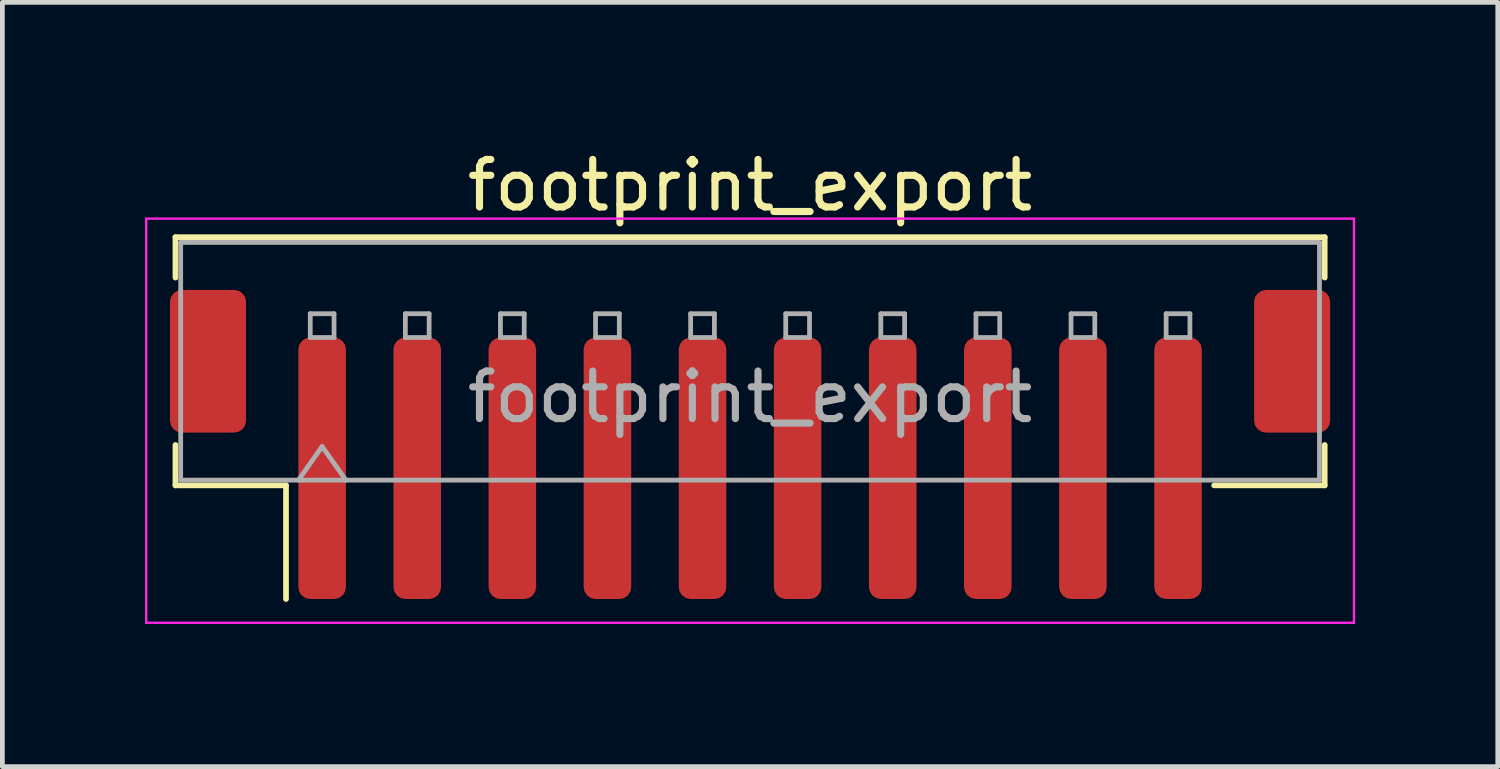
<source format=kicad_pcb>
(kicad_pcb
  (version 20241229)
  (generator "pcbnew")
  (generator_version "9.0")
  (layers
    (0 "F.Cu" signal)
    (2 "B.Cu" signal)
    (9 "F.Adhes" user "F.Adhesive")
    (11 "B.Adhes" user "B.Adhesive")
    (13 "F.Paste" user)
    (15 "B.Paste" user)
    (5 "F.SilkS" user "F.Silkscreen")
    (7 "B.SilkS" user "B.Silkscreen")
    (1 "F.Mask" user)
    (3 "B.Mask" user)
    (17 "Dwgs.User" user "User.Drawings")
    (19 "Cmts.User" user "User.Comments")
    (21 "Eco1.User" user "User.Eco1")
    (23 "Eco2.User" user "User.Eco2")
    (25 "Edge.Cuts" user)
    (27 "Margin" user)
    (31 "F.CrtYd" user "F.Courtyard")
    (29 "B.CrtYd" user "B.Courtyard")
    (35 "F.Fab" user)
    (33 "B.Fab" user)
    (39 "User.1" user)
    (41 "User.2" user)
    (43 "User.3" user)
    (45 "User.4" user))
  (footprint "footprint_export"
    (layer "F.Cu")
    (at 12.725 6.298)
    (property "Reference" "footprint_export" (at 0 -5.45 0) (layer "F.SilkS") (effects (font (size 1 1) (thickness 0.15))))
    (attr smd)
    (fp_line (start -12.085 -4.36) (end 12.085 -4.36) (stroke (width 0.12) (type solid)) (layer "F.SilkS"))
    (fp_line (start -12.085 -3.51) (end -12.085 -4.36) (stroke (width 0.12) (type solid)) (layer "F.SilkS"))
    (fp_line (start -12.085 0.01) (end -12.085 0.86) (stroke (width 0.12) (type solid)) (layer "F.SilkS"))
    (fp_line (start -12.085 0.86) (end -9.76 0.86) (stroke (width 0.12) (type solid)) (layer "F.SilkS"))
    (fp_line (start -9.76 0.86) (end -9.76 3.25) (stroke (width 0.12) (type solid)) (layer "F.SilkS"))
    (fp_line (start 12.085 -4.36) (end 12.085 -3.51) (stroke (width 0.12) (type solid)) (layer "F.SilkS"))
    (fp_line (start 12.085 0.01) (end 12.085 0.86) (stroke (width 0.12) (type solid)) (layer "F.SilkS"))
    (fp_line (start 12.085 0.86) (end 9.76 0.86) (stroke (width 0.12) (type solid)) (layer "F.SilkS"))
    (fp_line (start -12.7 -4.75) (end -12.7 3.75) (stroke (width 0.05) (type solid)) (layer "F.CrtYd"))
    (fp_line (start -12.7 3.75) (end 12.7 3.75) (stroke (width 0.05) (type solid)) (layer "F.CrtYd"))
    (fp_line (start 12.7 -4.75) (end -12.7 -4.75) (stroke (width 0.05) (type solid)) (layer "F.CrtYd"))
    (fp_line (start 12.7 3.75) (end 12.7 -4.75) (stroke (width 0.05) (type solid)) (layer "F.CrtYd"))
    (fp_line (start -11.975 -4.25) (end 11.975 -4.25) (stroke (width 0.1) (type solid)) (layer "F.Fab"))
    (fp_line (start -11.975 0.75) (end -11.975 -4.25) (stroke (width 0.1) (type solid)) (layer "F.Fab"))
    (fp_line (start -11.975 0.75) (end 11.975 0.75) (stroke (width 0.1) (type solid)) (layer "F.Fab"))
    (fp_line (start -9.5 0.75) (end -9 0.043) (stroke (width 0.1) (type solid)) (layer "F.Fab"))
    (fp_line (start -9.25 -2.75) (end -9.25 -2.25) (stroke (width 0.1) (type solid)) (layer "F.Fab"))
    (fp_line (start -9.25 -2.25) (end -8.75 -2.25) (stroke (width 0.1) (type solid)) (layer "F.Fab"))
    (fp_line (start -9 0.043) (end -8.5 0.75) (stroke (width 0.1) (type solid)) (layer "F.Fab"))
    (fp_line (start -8.75 -2.75) (end -9.25 -2.75) (stroke (width 0.1) (type solid)) (layer "F.Fab"))
    (fp_line (start -8.75 -2.25) (end -8.75 -2.75) (stroke (width 0.1) (type solid)) (layer "F.Fab"))
    (fp_line (start -7.25 -2.75) (end -7.25 -2.25) (stroke (width 0.1) (type solid)) (layer "F.Fab"))
    (fp_line (start -7.25 -2.25) (end -6.75 -2.25) (stroke (width 0.1) (type solid)) (layer "F.Fab"))
    (fp_line (start -6.75 -2.75) (end -7.25 -2.75) (stroke (width 0.1) (type solid)) (layer "F.Fab"))
    (fp_line (start -6.75 -2.25) (end -6.75 -2.75) (stroke (width 0.1) (type solid)) (layer "F.Fab"))
    (fp_line (start -5.25 -2.75) (end -5.25 -2.25) (stroke (width 0.1) (type solid)) (layer "F.Fab"))
    (fp_line (start -5.25 -2.25) (end -4.75 -2.25) (stroke (width 0.1) (type solid)) (layer "F.Fab"))
    (fp_line (start -4.75 -2.75) (end -5.25 -2.75) (stroke (width 0.1) (type solid)) (layer "F.Fab"))
    (fp_line (start -4.75 -2.25) (end -4.75 -2.75) (stroke (width 0.1) (type solid)) (layer "F.Fab"))
    (fp_line (start -3.25 -2.75) (end -3.25 -2.25) (stroke (width 0.1) (type solid)) (layer "F.Fab"))
    (fp_line (start -3.25 -2.25) (end -2.75 -2.25) (stroke (width 0.1) (type solid)) (layer "F.Fab"))
    (fp_line (start -2.75 -2.75) (end -3.25 -2.75) (stroke (width 0.1) (type solid)) (layer "F.Fab"))
    (fp_line (start -2.75 -2.25) (end -2.75 -2.75) (stroke (width 0.1) (type solid)) (layer "F.Fab"))
    (fp_line (start -1.25 -2.75) (end -1.25 -2.25) (stroke (width 0.1) (type solid)) (layer "F.Fab"))
    (fp_line (start -1.25 -2.25) (end -0.75 -2.25) (stroke (width 0.1) (type solid)) (layer "F.Fab"))
    (fp_line (start -0.75 -2.75) (end -1.25 -2.75) (stroke (width 0.1) (type solid)) (layer "F.Fab"))
    (fp_line (start -0.75 -2.25) (end -0.75 -2.75) (stroke (width 0.1) (type solid)) (layer "F.Fab"))
    (fp_line (start 0.75 -2.75) (end 0.75 -2.25) (stroke (width 0.1) (type solid)) (layer "F.Fab"))
    (fp_line (start 0.75 -2.25) (end 1.25 -2.25) (stroke (width 0.1) (type solid)) (layer "F.Fab"))
    (fp_line (start 1.25 -2.75) (end 0.75 -2.75) (stroke (width 0.1) (type solid)) (layer "F.Fab"))
    (fp_line (start 1.25 -2.25) (end 1.25 -2.75) (stroke (width 0.1) (type solid)) (layer "F.Fab"))
    (fp_line (start 2.75 -2.75) (end 2.75 -2.25) (stroke (width 0.1) (type solid)) (layer "F.Fab"))
    (fp_line (start 2.75 -2.25) (end 3.25 -2.25) (stroke (width 0.1) (type solid)) (layer "F.Fab"))
    (fp_line (start 3.25 -2.75) (end 2.75 -2.75) (stroke (width 0.1) (type solid)) (layer "F.Fab"))
    (fp_line (start 3.25 -2.25) (end 3.25 -2.75) (stroke (width 0.1) (type solid)) (layer "F.Fab"))
    (fp_line (start 4.75 -2.75) (end 4.75 -2.25) (stroke (width 0.1) (type solid)) (layer "F.Fab"))
    (fp_line (start 4.75 -2.25) (end 5.25 -2.25) (stroke (width 0.1) (type solid)) (layer "F.Fab"))
    (fp_line (start 5.25 -2.75) (end 4.75 -2.75) (stroke (width 0.1) (type solid)) (layer "F.Fab"))
    (fp_line (start 5.25 -2.25) (end 5.25 -2.75) (stroke (width 0.1) (type solid)) (layer "F.Fab"))
    (fp_line (start 6.75 -2.75) (end 6.75 -2.25) (stroke (width 0.1) (type solid)) (layer "F.Fab"))
    (fp_line (start 6.75 -2.25) (end 7.25 -2.25) (stroke (width 0.1) (type solid)) (layer "F.Fab"))
    (fp_line (start 7.25 -2.75) (end 6.75 -2.75) (stroke (width 0.1) (type solid)) (layer "F.Fab"))
    (fp_line (start 7.25 -2.25) (end 7.25 -2.75) (stroke (width 0.1) (type solid)) (layer "F.Fab"))
    (fp_line (start 8.75 -2.75) (end 8.75 -2.25) (stroke (width 0.1) (type solid)) (layer "F.Fab"))
    (fp_line (start 8.75 -2.25) (end 9.25 -2.25) (stroke (width 0.1) (type solid)) (layer "F.Fab"))
    (fp_line (start 9.25 -2.75) (end 8.75 -2.75) (stroke (width 0.1) (type solid)) (layer "F.Fab"))
    (fp_line (start 9.25 -2.25) (end 9.25 -2.75) (stroke (width 0.1) (type solid)) (layer "F.Fab"))
    (fp_line (start 11.975 0.75) (end 11.975 -4.25) (stroke (width 0.1) (type solid)) (layer "F.Fab"))
    (fp_text user "${REFERENCE}" (at 0 -1 0) (layer "F.Fab") (effects (font (size 1 1) (thickness 0.15))))
    (pad "1" smd roundrect (at -9 0.5) (size 1 5.5) (layers "F.Cu" "F.Mask" "F.Paste") (roundrect_rratio 0.25))
    (pad "2" smd roundrect (at -7 0.5) (size 1 5.5) (layers "F.Cu" "F.Mask" "F.Paste") (roundrect_rratio 0.25))
    (pad "3" smd roundrect (at -5 0.5) (size 1 5.5) (layers "F.Cu" "F.Mask" "F.Paste") (roundrect_rratio 0.25))
    (pad "4" smd roundrect (at -3 0.5) (size 1 5.5) (layers "F.Cu" "F.Mask" "F.Paste") (roundrect_rratio 0.25))
    (pad "5" smd roundrect (at -1 0.5) (size 1 5.5) (layers "F.Cu" "F.Mask" "F.Paste") (roundrect_rratio 0.25))
    (pad "6" smd roundrect (at 1 0.5) (size 1 5.5) (layers "F.Cu" "F.Mask" "F.Paste") (roundrect_rratio 0.25))
    (pad "7" smd roundrect (at 3 0.5) (size 1 5.5) (layers "F.Cu" "F.Mask" "F.Paste") (roundrect_rratio 0.25))
    (pad "8" smd roundrect (at 5 0.5) (size 1 5.5) (layers "F.Cu" "F.Mask" "F.Paste") (roundrect_rratio 0.25))
    (pad "9" smd roundrect (at 7 0.5) (size 1 5.5) (layers "F.Cu" "F.Mask" "F.Paste") (roundrect_rratio 0.25))
    (pad "10" smd roundrect (at 9 0.5) (size 1 5.5) (layers "F.Cu" "F.Mask" "F.Paste") (roundrect_rratio 0.25))
    (pad "MP" smd roundrect (at -11.4 -1.75) (size 1.6 3) (layers "F.Cu" "F.Mask" "F.Paste") (roundrect_rratio 0.156))
    (pad "MP" smd roundrect (at 11.4 -1.75) (size 1.6 3) (layers "F.Cu" "F.Mask" "F.Paste") (roundrect_rratio 0.156)))
  (gr_rect
    (start -3 -3)
    (end 28.45 13.073)
    (stroke (width 0.1) (type default))
    (fill no)
    (layer "Edge.Cuts")))
</source>
